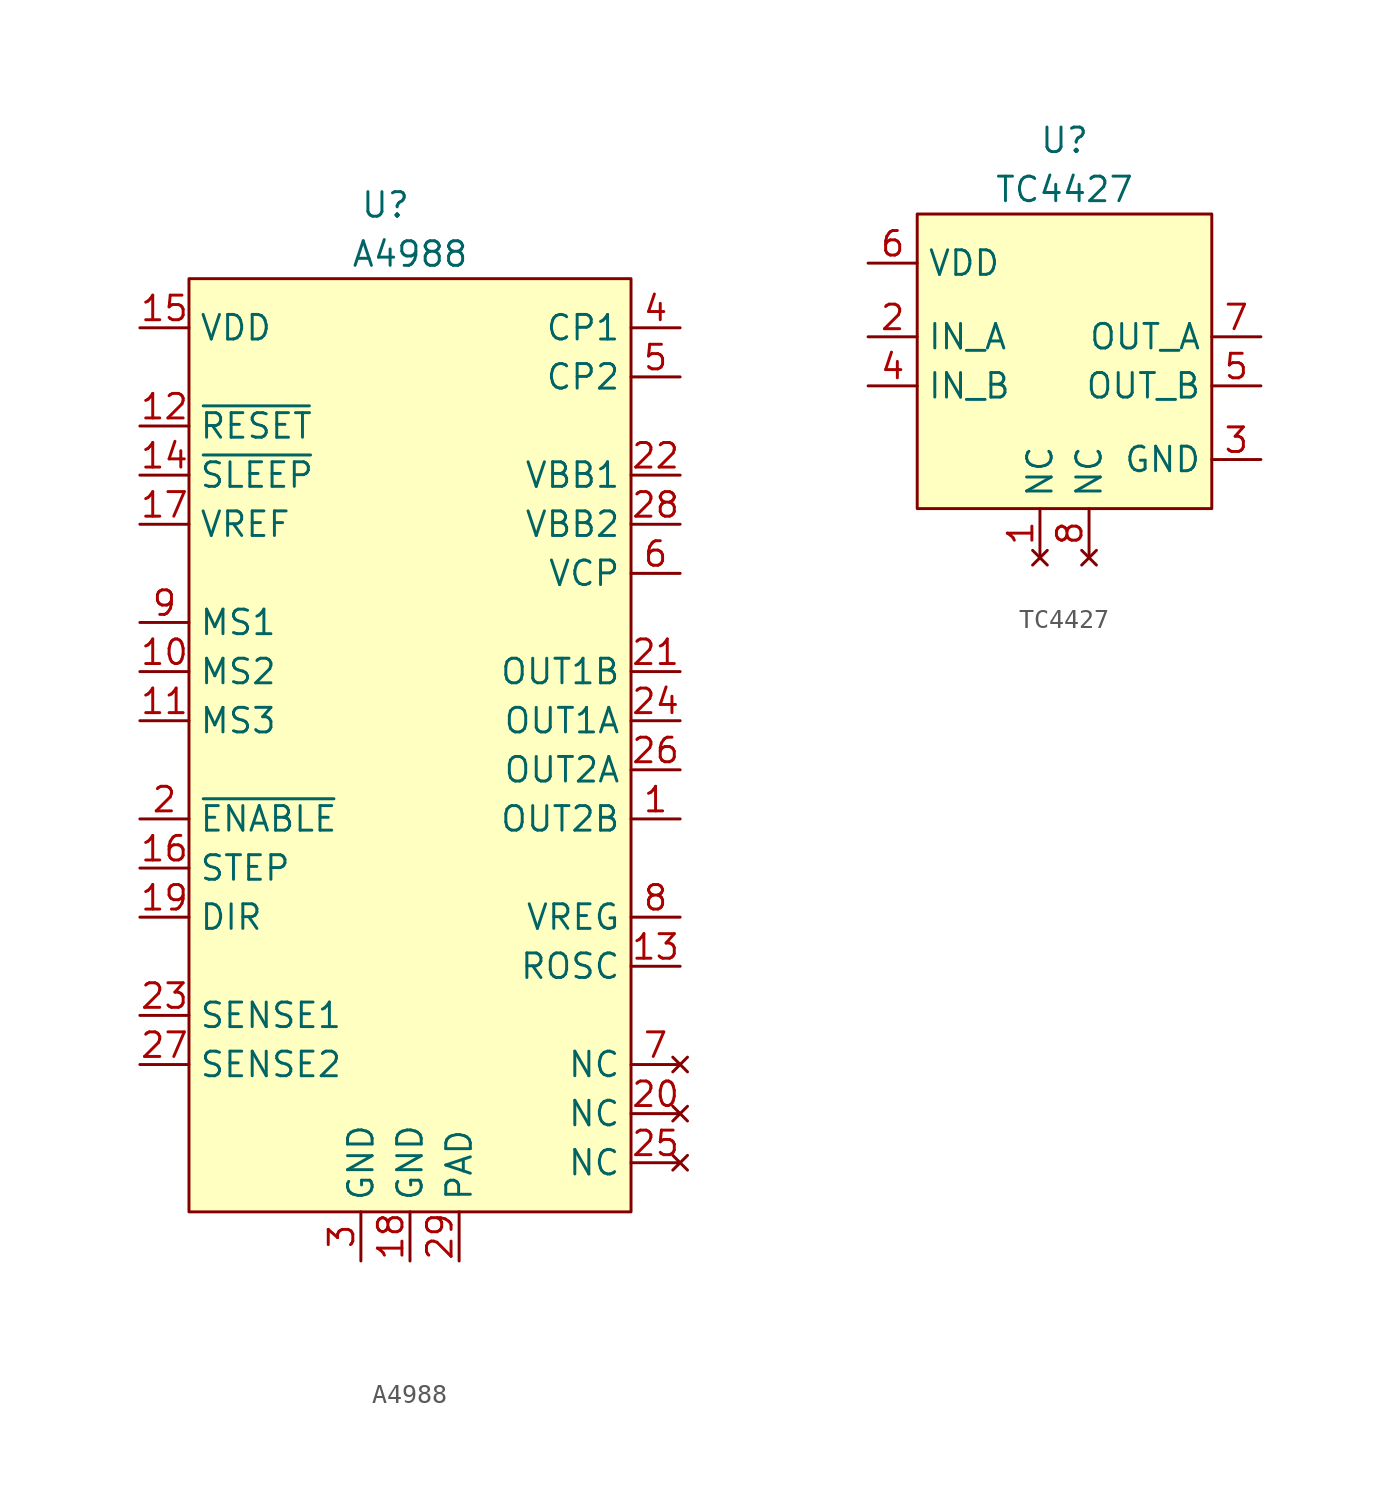
<source format=kicad_sym>
(kicad_symbol_lib
  (version 20211014)
  (generator kicad_symbol_editor)
  (symbol "A4988"
    (property "Reference" "U"
      (at -1.27 26.67 0)
      (effects (font (size 1.27 1.27))))
    (property "Value" "A4988"
      (at 0 24.13 0)
      (effects (font (size 1.27 1.27))))
    (symbol "A4988_0_1"
      (rectangle (start -11.43 22.86) (end 11.43 -25.4) (stroke (width 0) (type default) (color 0 0 0 0)) (fill (type background))))
    (symbol "A4988_1_1"
      (pin output line (at 13.97 -5.08 180) (length 2.54) (name "OUT2B" (effects (font (size 1.27 1.27)))) (number "1" (effects (font (size 1.27 1.27)))))
      (pin input line (at -13.97 2.54 0) (length 2.54) (name "MS2" (effects (font (size 1.27 1.27)))) (number "10" (effects (font (size 1.27 1.27)))))
      (pin input line (at -13.97 0 0) (length 2.54) (name "MS3" (effects (font (size 1.27 1.27)))) (number "11" (effects (font (size 1.27 1.27)))))
      (pin input line (at -13.97 15.24 0) (length 2.54) (name "~{RESET}" (effects (font (size 1.27 1.27)))) (number "12" (effects (font (size 1.27 1.27)))))
      (pin input line (at 13.97 -12.7 180) (length 2.54) (name "ROSC" (effects (font (size 1.27 1.27)))) (number "13" (effects (font (size 1.27 1.27)))))
      (pin input line (at -13.97 12.7 0) (length 2.54) (name "~{SLEEP}" (effects (font (size 1.27 1.27)))) (number "14" (effects (font (size 1.27 1.27)))))
      (pin power_in line (at -13.97 20.32 0) (length 2.54) (name "VDD" (effects (font (size 1.27 1.27)))) (number "15" (effects (font (size 1.27 1.27)))))
      (pin input line (at -13.97 -7.62 0) (length 2.54) (name "STEP" (effects (font (size 1.27 1.27)))) (number "16" (effects (font (size 1.27 1.27)))))
      (pin input line (at -13.97 10.16 0) (length 2.54) (name "VREF" (effects (font (size 1.27 1.27)))) (number "17" (effects (font (size 1.27 1.27)))))
      (pin power_in line (at 0 -27.94 90) (length 2.54) (name "GND" (effects (font (size 1.27 1.27)))) (number "18" (effects (font (size 1.27 1.27)))))
      (pin input line (at -13.97 -10.16 0) (length 2.54) (name "DIR" (effects (font (size 1.27 1.27)))) (number "19" (effects (font (size 1.27 1.27)))))
      (pin input line (at -13.97 -5.08 0) (length 2.54) (name "~{ENABLE}" (effects (font (size 1.27 1.27)))) (number "2" (effects (font (size 1.27 1.27)))))
      (pin no_connect line (at 13.97 -20.32 180) (length 2.54) (name "NC" (effects (font (size 1.27 1.27)))) (number "20" (effects (font (size 1.27 1.27)))))
      (pin output line (at 13.97 2.54 180) (length 2.54) (name "OUT1B" (effects (font (size 1.27 1.27)))) (number "21" (effects (font (size 1.27 1.27)))))
      (pin power_in line (at 13.97 12.7 180) (length 2.54) (name "VBB1" (effects (font (size 1.27 1.27)))) (number "22" (effects (font (size 1.27 1.27)))))
      (pin input line (at -13.97 -15.24 0) (length 2.54) (name "SENSE1" (effects (font (size 1.27 1.27)))) (number "23" (effects (font (size 1.27 1.27)))))
      (pin output line (at 13.97 0 180) (length 2.54) (name "OUT1A" (effects (font (size 1.27 1.27)))) (number "24" (effects (font (size 1.27 1.27)))))
      (pin no_connect line (at 13.97 -22.86 180) (length 2.54) (name "NC" (effects (font (size 1.27 1.27)))) (number "25" (effects (font (size 1.27 1.27)))))
      (pin output line (at 13.97 -2.54 180) (length 2.54) (name "OUT2A" (effects (font (size 1.27 1.27)))) (number "26" (effects (font (size 1.27 1.27)))))
      (pin input line (at -13.97 -17.78 0) (length 2.54) (name "SENSE2" (effects (font (size 1.27 1.27)))) (number "27" (effects (font (size 1.27 1.27)))))
      (pin power_in line (at 13.97 10.16 180) (length 2.54) (name "VBB2" (effects (font (size 1.27 1.27)))) (number "28" (effects (font (size 1.27 1.27)))))
      (pin power_in line (at 2.54 -27.94 90) (length 2.54) (name "PAD" (effects (font (size 1.27 1.27)))) (number "29" (effects (font (size 1.27 1.27)))))
      (pin power_in line (at -2.54 -27.94 90) (length 2.54) (name "GND" (effects (font (size 1.27 1.27)))) (number "3" (effects (font (size 1.27 1.27)))))
      (pin input line (at 13.97 20.32 180) (length 2.54) (name "CP1" (effects (font (size 1.27 1.27)))) (number "4" (effects (font (size 1.27 1.27)))))
      (pin input line (at 13.97 17.78 180) (length 2.54) (name "CP2" (effects (font (size 1.27 1.27)))) (number "5" (effects (font (size 1.27 1.27)))))
      (pin input line (at 13.97 7.62 180) (length 2.54) (name "VCP" (effects (font (size 1.27 1.27)))) (number "6" (effects (font (size 1.27 1.27)))))
      (pin no_connect line (at 13.97 -17.78 180) (length 2.54) (name "NC" (effects (font (size 1.27 1.27)))) (number "7" (effects (font (size 1.27 1.27)))))
      (pin input line (at 13.97 -10.16 180) (length 2.54) (name "VREG" (effects (font (size 1.27 1.27)))) (number "8" (effects (font (size 1.27 1.27)))))
      (pin input line (at -13.97 5.08 0) (length 2.54) (name "MS1" (effects (font (size 1.27 1.27)))) (number "9" (effects (font (size 1.27 1.27)))))))
  (symbol "TC4427"
    (property "Reference" "U"
      (at 0 1.27 0)
      (effects (font (size 1.27 1.27))))
    (property "Value" "TC4427"
      (at 0 -1.27 0)
      (effects (font (size 1.27 1.27))))
    (symbol "TC4427_0_1"
      (rectangle (start -7.62 -2.54) (end 7.62 -17.78) (stroke (width 0) (type default) (color 0 0 0 0)) (fill (type background))))
    (symbol "TC4427_1_1"
      (pin no_connect line (at -1.27 -20.32 90) (length 2.54) (name "NC" (effects (font (size 1.27 1.27)))) (number "1" (effects (font (size 1.27 1.27)))))
      (pin input line (at -10.16 -8.89 0) (length 2.54) (name "IN_A" (effects (font (size 1.27 1.27)))) (number "2" (effects (font (size 1.27 1.27)))))
      (pin power_out line (at 10.16 -15.24 180) (length 2.54) (name "GND" (effects (font (size 1.27 1.27)))) (number "3" (effects (font (size 1.27 1.27)))))
      (pin input line (at -10.16 -11.43 0) (length 2.54) (name "IN_B" (effects (font (size 1.27 1.27)))) (number "4" (effects (font (size 1.27 1.27)))))
      (pin output line (at 10.16 -11.43 180) (length 2.54) (name "OUT_B" (effects (font (size 1.27 1.27)))) (number "5" (effects (font (size 1.27 1.27)))))
      (pin power_in line (at -10.16 -5.08 0) (length 2.54) (name "VDD" (effects (font (size 1.27 1.27)))) (number "6" (effects (font (size 1.27 1.27)))))
      (pin output line (at 10.16 -8.89 180) (length 2.54) (name "OUT_A" (effects (font (size 1.27 1.27)))) (number "7" (effects (font (size 1.27 1.27)))))
      (pin no_connect line (at 1.27 -20.32 90) (length 2.54) (name "NC" (effects (font (size 1.27 1.27)))) (number "8" (effects (font (size 1.27 1.27))))))))
</source>
